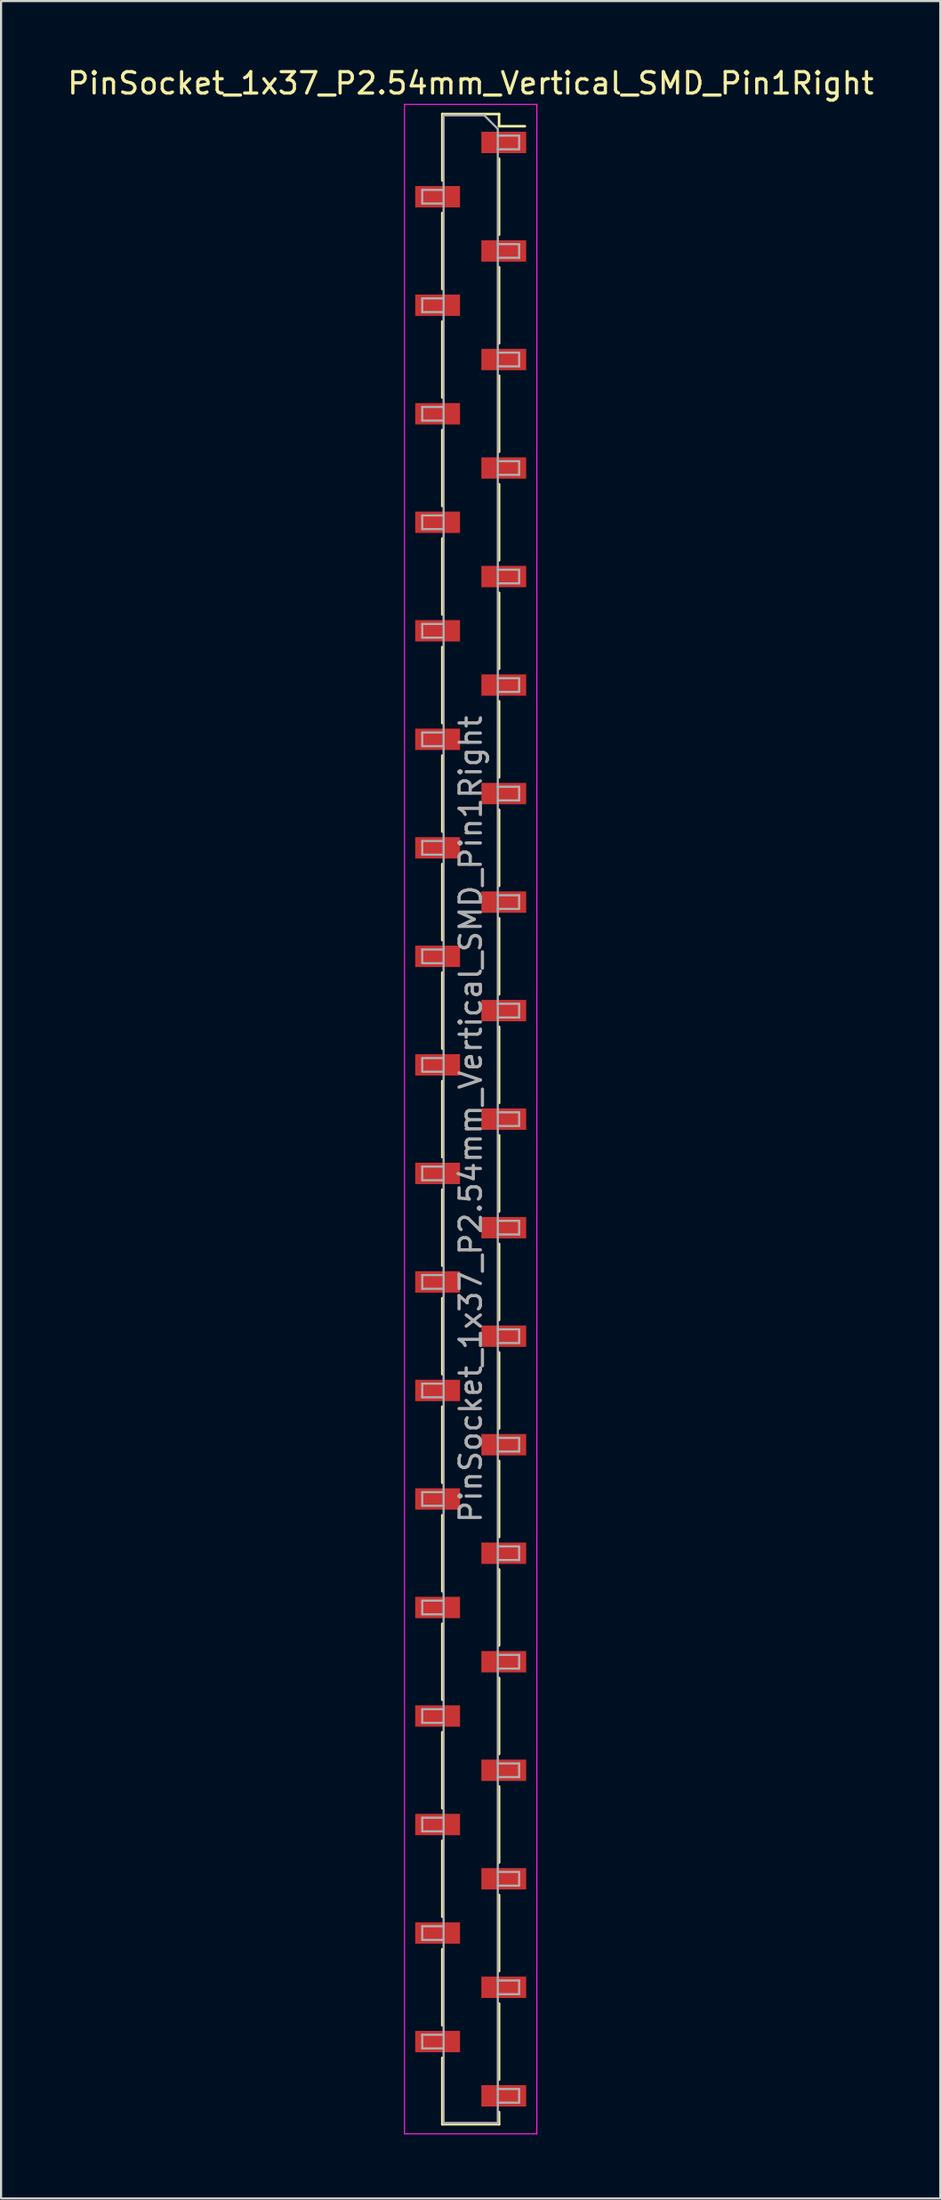
<source format=kicad_pcb>
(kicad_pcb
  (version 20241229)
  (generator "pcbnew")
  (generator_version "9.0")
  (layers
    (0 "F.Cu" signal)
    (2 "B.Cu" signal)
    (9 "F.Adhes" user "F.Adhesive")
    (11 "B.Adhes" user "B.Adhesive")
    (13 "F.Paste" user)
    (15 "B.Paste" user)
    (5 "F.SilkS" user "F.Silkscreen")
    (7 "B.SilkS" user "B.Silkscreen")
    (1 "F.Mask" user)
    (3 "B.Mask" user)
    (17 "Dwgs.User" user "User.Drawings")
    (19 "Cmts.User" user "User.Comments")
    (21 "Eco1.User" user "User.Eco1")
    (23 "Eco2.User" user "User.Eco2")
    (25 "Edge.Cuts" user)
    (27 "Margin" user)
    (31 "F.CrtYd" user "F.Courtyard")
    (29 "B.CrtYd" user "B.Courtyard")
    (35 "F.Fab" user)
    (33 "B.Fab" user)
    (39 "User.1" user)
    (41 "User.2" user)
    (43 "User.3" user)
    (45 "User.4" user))
  (footprint "PinSocket_1x37_P2.54mm_Vertical_SMD_Pin1Right"
    (layer "F.Cu")
    (at 19.006 49.338)
    (property "Reference" "PinSocket_1x37_P2.54mm_Vertical_SMD_Pin1Right" (at 0 -48.49 0) (layer "F.SilkS") (effects (font (size 1 1) (thickness 0.15))))
    (attr smd)
    (fp_line (start -1.33 -47.05) (end -1.33 -43.94) (stroke (width 0.12) (type solid)) (layer "F.SilkS"))
    (fp_line (start -1.33 -47.05) (end 1.33 -47.05) (stroke (width 0.12) (type solid)) (layer "F.SilkS"))
    (fp_line (start -1.33 -42.42) (end -1.33 -38.86) (stroke (width 0.12) (type solid)) (layer "F.SilkS"))
    (fp_line (start -1.33 -37.34) (end -1.33 -33.78) (stroke (width 0.12) (type solid)) (layer "F.SilkS"))
    (fp_line (start -1.33 -32.26) (end -1.33 -28.7) (stroke (width 0.12) (type solid)) (layer "F.SilkS"))
    (fp_line (start -1.33 -27.18) (end -1.33 -23.62) (stroke (width 0.12) (type solid)) (layer "F.SilkS"))
    (fp_line (start -1.33 -22.1) (end -1.33 -18.54) (stroke (width 0.12) (type solid)) (layer "F.SilkS"))
    (fp_line (start -1.33 -17.02) (end -1.33 -13.46) (stroke (width 0.12) (type solid)) (layer "F.SilkS"))
    (fp_line (start -1.33 -11.94) (end -1.33 -8.38) (stroke (width 0.12) (type solid)) (layer "F.SilkS"))
    (fp_line (start -1.33 -6.86) (end -1.33 -3.3) (stroke (width 0.12) (type solid)) (layer "F.SilkS"))
    (fp_line (start -1.33 -1.78) (end -1.33 1.78) (stroke (width 0.12) (type solid)) (layer "F.SilkS"))
    (fp_line (start -1.33 3.3) (end -1.33 6.86) (stroke (width 0.12) (type solid)) (layer "F.SilkS"))
    (fp_line (start -1.33 8.38) (end -1.33 11.94) (stroke (width 0.12) (type solid)) (layer "F.SilkS"))
    (fp_line (start -1.33 13.46) (end -1.33 17.02) (stroke (width 0.12) (type solid)) (layer "F.SilkS"))
    (fp_line (start -1.33 18.54) (end -1.33 22.1) (stroke (width 0.12) (type solid)) (layer "F.SilkS"))
    (fp_line (start -1.33 23.62) (end -1.33 27.18) (stroke (width 0.12) (type solid)) (layer "F.SilkS"))
    (fp_line (start -1.33 28.7) (end -1.33 32.26) (stroke (width 0.12) (type solid)) (layer "F.SilkS"))
    (fp_line (start -1.33 33.78) (end -1.33 37.34) (stroke (width 0.12) (type solid)) (layer "F.SilkS"))
    (fp_line (start -1.33 38.86) (end -1.33 42.42) (stroke (width 0.12) (type solid)) (layer "F.SilkS"))
    (fp_line (start -1.33 43.94) (end -1.33 47.05) (stroke (width 0.12) (type solid)) (layer "F.SilkS"))
    (fp_line (start -1.33 47.05) (end 1.33 47.05) (stroke (width 0.12) (type solid)) (layer "F.SilkS"))
    (fp_line (start 1.33 -47.05) (end 1.33 -46.48) (stroke (width 0.12) (type solid)) (layer "F.SilkS"))
    (fp_line (start 1.33 -46.48) (end 2.54 -46.48) (stroke (width 0.12) (type solid)) (layer "F.SilkS"))
    (fp_line (start 1.33 -44.96) (end 1.33 -41.4) (stroke (width 0.12) (type solid)) (layer "F.SilkS"))
    (fp_line (start 1.33 -39.88) (end 1.33 -36.32) (stroke (width 0.12) (type solid)) (layer "F.SilkS"))
    (fp_line (start 1.33 -34.8) (end 1.33 -31.24) (stroke (width 0.12) (type solid)) (layer "F.SilkS"))
    (fp_line (start 1.33 -29.72) (end 1.33 -26.16) (stroke (width 0.12) (type solid)) (layer "F.SilkS"))
    (fp_line (start 1.33 -24.64) (end 1.33 -21.08) (stroke (width 0.12) (type solid)) (layer "F.SilkS"))
    (fp_line (start 1.33 -19.56) (end 1.33 -16) (stroke (width 0.12) (type solid)) (layer "F.SilkS"))
    (fp_line (start 1.33 -14.48) (end 1.33 -10.92) (stroke (width 0.12) (type solid)) (layer "F.SilkS"))
    (fp_line (start 1.33 -9.4) (end 1.33 -5.84) (stroke (width 0.12) (type solid)) (layer "F.SilkS"))
    (fp_line (start 1.33 -4.32) (end 1.33 -0.76) (stroke (width 0.12) (type solid)) (layer "F.SilkS"))
    (fp_line (start 1.33 0.76) (end 1.33 4.32) (stroke (width 0.12) (type solid)) (layer "F.SilkS"))
    (fp_line (start 1.33 5.84) (end 1.33 9.4) (stroke (width 0.12) (type solid)) (layer "F.SilkS"))
    (fp_line (start 1.33 10.92) (end 1.33 14.48) (stroke (width 0.12) (type solid)) (layer "F.SilkS"))
    (fp_line (start 1.33 16) (end 1.33 19.56) (stroke (width 0.12) (type solid)) (layer "F.SilkS"))
    (fp_line (start 1.33 21.08) (end 1.33 24.64) (stroke (width 0.12) (type solid)) (layer "F.SilkS"))
    (fp_line (start 1.33 26.16) (end 1.33 29.72) (stroke (width 0.12) (type solid)) (layer "F.SilkS"))
    (fp_line (start 1.33 31.24) (end 1.33 34.8) (stroke (width 0.12) (type solid)) (layer "F.SilkS"))
    (fp_line (start 1.33 36.32) (end 1.33 39.88) (stroke (width 0.12) (type solid)) (layer "F.SilkS"))
    (fp_line (start 1.33 41.4) (end 1.33 44.96) (stroke (width 0.12) (type solid)) (layer "F.SilkS"))
    (fp_line (start 1.33 46.48) (end 1.33 47.05) (stroke (width 0.12) (type solid)) (layer "F.SilkS"))
    (fp_line (start -3.1 -47.5) (end 3.1 -47.5) (stroke (width 0.05) (type solid)) (layer "F.CrtYd"))
    (fp_line (start -3.1 47.5) (end -3.1 -47.5) (stroke (width 0.05) (type solid)) (layer "F.CrtYd"))
    (fp_line (start 3.1 -47.5) (end 3.1 47.5) (stroke (width 0.05) (type solid)) (layer "F.CrtYd"))
    (fp_line (start 3.1 47.5) (end -3.1 47.5) (stroke (width 0.05) (type solid)) (layer "F.CrtYd"))
    (fp_line (start -2.27 -43.5) (end -1.27 -43.5) (stroke (width 0.1) (type solid)) (layer "F.Fab"))
    (fp_line (start -2.27 -42.86) (end -2.27 -43.5) (stroke (width 0.1) (type solid)) (layer "F.Fab"))
    (fp_line (start -2.27 -38.42) (end -1.27 -38.42) (stroke (width 0.1) (type solid)) (layer "F.Fab"))
    (fp_line (start -2.27 -37.78) (end -2.27 -38.42) (stroke (width 0.1) (type solid)) (layer "F.Fab"))
    (fp_line (start -2.27 -33.34) (end -1.27 -33.34) (stroke (width 0.1) (type solid)) (layer "F.Fab"))
    (fp_line (start -2.27 -32.7) (end -2.27 -33.34) (stroke (width 0.1) (type solid)) (layer "F.Fab"))
    (fp_line (start -2.27 -28.26) (end -1.27 -28.26) (stroke (width 0.1) (type solid)) (layer "F.Fab"))
    (fp_line (start -2.27 -27.62) (end -2.27 -28.26) (stroke (width 0.1) (type solid)) (layer "F.Fab"))
    (fp_line (start -2.27 -23.18) (end -1.27 -23.18) (stroke (width 0.1) (type solid)) (layer "F.Fab"))
    (fp_line (start -2.27 -22.54) (end -2.27 -23.18) (stroke (width 0.1) (type solid)) (layer "F.Fab"))
    (fp_line (start -2.27 -18.1) (end -1.27 -18.1) (stroke (width 0.1) (type solid)) (layer "F.Fab"))
    (fp_line (start -2.27 -17.46) (end -2.27 -18.1) (stroke (width 0.1) (type solid)) (layer "F.Fab"))
    (fp_line (start -2.27 -13.02) (end -1.27 -13.02) (stroke (width 0.1) (type solid)) (layer "F.Fab"))
    (fp_line (start -2.27 -12.38) (end -2.27 -13.02) (stroke (width 0.1) (type solid)) (layer "F.Fab"))
    (fp_line (start -2.27 -7.94) (end -1.27 -7.94) (stroke (width 0.1) (type solid)) (layer "F.Fab"))
    (fp_line (start -2.27 -7.3) (end -2.27 -7.94) (stroke (width 0.1) (type solid)) (layer "F.Fab"))
    (fp_line (start -2.27 -2.86) (end -1.27 -2.86) (stroke (width 0.1) (type solid)) (layer "F.Fab"))
    (fp_line (start -2.27 -2.22) (end -2.27 -2.86) (stroke (width 0.1) (type solid)) (layer "F.Fab"))
    (fp_line (start -2.27 2.22) (end -1.27 2.22) (stroke (width 0.1) (type solid)) (layer "F.Fab"))
    (fp_line (start -2.27 2.86) (end -2.27 2.22) (stroke (width 0.1) (type solid)) (layer "F.Fab"))
    (fp_line (start -2.27 7.3) (end -1.27 7.3) (stroke (width 0.1) (type solid)) (layer "F.Fab"))
    (fp_line (start -2.27 7.94) (end -2.27 7.3) (stroke (width 0.1) (type solid)) (layer "F.Fab"))
    (fp_line (start -2.27 12.38) (end -1.27 12.38) (stroke (width 0.1) (type solid)) (layer "F.Fab"))
    (fp_line (start -2.27 13.02) (end -2.27 12.38) (stroke (width 0.1) (type solid)) (layer "F.Fab"))
    (fp_line (start -2.27 17.46) (end -1.27 17.46) (stroke (width 0.1) (type solid)) (layer "F.Fab"))
    (fp_line (start -2.27 18.1) (end -2.27 17.46) (stroke (width 0.1) (type solid)) (layer "F.Fab"))
    (fp_line (start -2.27 22.54) (end -1.27 22.54) (stroke (width 0.1) (type solid)) (layer "F.Fab"))
    (fp_line (start -2.27 23.18) (end -2.27 22.54) (stroke (width 0.1) (type solid)) (layer "F.Fab"))
    (fp_line (start -2.27 27.62) (end -1.27 27.62) (stroke (width 0.1) (type solid)) (layer "F.Fab"))
    (fp_line (start -2.27 28.26) (end -2.27 27.62) (stroke (width 0.1) (type solid)) (layer "F.Fab"))
    (fp_line (start -2.27 32.7) (end -1.27 32.7) (stroke (width 0.1) (type solid)) (layer "F.Fab"))
    (fp_line (start -2.27 33.34) (end -2.27 32.7) (stroke (width 0.1) (type solid)) (layer "F.Fab"))
    (fp_line (start -2.27 37.78) (end -1.27 37.78) (stroke (width 0.1) (type solid)) (layer "F.Fab"))
    (fp_line (start -2.27 38.42) (end -2.27 37.78) (stroke (width 0.1) (type solid)) (layer "F.Fab"))
    (fp_line (start -2.27 42.86) (end -1.27 42.86) (stroke (width 0.1) (type solid)) (layer "F.Fab"))
    (fp_line (start -2.27 43.5) (end -2.27 42.86) (stroke (width 0.1) (type solid)) (layer "F.Fab"))
    (fp_line (start -1.27 -46.99) (end 0.635 -46.99) (stroke (width 0.1) (type solid)) (layer "F.Fab"))
    (fp_line (start -1.27 -42.86) (end -2.27 -42.86) (stroke (width 0.1) (type solid)) (layer "F.Fab"))
    (fp_line (start -1.27 -37.78) (end -2.27 -37.78) (stroke (width 0.1) (type solid)) (layer "F.Fab"))
    (fp_line (start -1.27 -32.7) (end -2.27 -32.7) (stroke (width 0.1) (type solid)) (layer "F.Fab"))
    (fp_line (start -1.27 -27.62) (end -2.27 -27.62) (stroke (width 0.1) (type solid)) (layer "F.Fab"))
    (fp_line (start -1.27 -22.54) (end -2.27 -22.54) (stroke (width 0.1) (type solid)) (layer "F.Fab"))
    (fp_line (start -1.27 -17.46) (end -2.27 -17.46) (stroke (width 0.1) (type solid)) (layer "F.Fab"))
    (fp_line (start -1.27 -12.38) (end -2.27 -12.38) (stroke (width 0.1) (type solid)) (layer "F.Fab"))
    (fp_line (start -1.27 -7.3) (end -2.27 -7.3) (stroke (width 0.1) (type solid)) (layer "F.Fab"))
    (fp_line (start -1.27 -2.22) (end -2.27 -2.22) (stroke (width 0.1) (type solid)) (layer "F.Fab"))
    (fp_line (start -1.27 2.86) (end -2.27 2.86) (stroke (width 0.1) (type solid)) (layer "F.Fab"))
    (fp_line (start -1.27 7.94) (end -2.27 7.94) (stroke (width 0.1) (type solid)) (layer "F.Fab"))
    (fp_line (start -1.27 13.02) (end -2.27 13.02) (stroke (width 0.1) (type solid)) (layer "F.Fab"))
    (fp_line (start -1.27 18.1) (end -2.27 18.1) (stroke (width 0.1) (type solid)) (layer "F.Fab"))
    (fp_line (start -1.27 23.18) (end -2.27 23.18) (stroke (width 0.1) (type solid)) (layer "F.Fab"))
    (fp_line (start -1.27 28.26) (end -2.27 28.26) (stroke (width 0.1) (type solid)) (layer "F.Fab"))
    (fp_line (start -1.27 33.34) (end -2.27 33.34) (stroke (width 0.1) (type solid)) (layer "F.Fab"))
    (fp_line (start -1.27 38.42) (end -2.27 38.42) (stroke (width 0.1) (type solid)) (layer "F.Fab"))
    (fp_line (start -1.27 43.5) (end -2.27 43.5) (stroke (width 0.1) (type solid)) (layer "F.Fab"))
    (fp_line (start -1.27 46.99) (end -1.27 -46.99) (stroke (width 0.1) (type solid)) (layer "F.Fab"))
    (fp_line (start 0.635 -46.99) (end 1.27 -46.355) (stroke (width 0.1) (type solid)) (layer "F.Fab"))
    (fp_line (start 1.27 -46.355) (end 1.27 46.99) (stroke (width 0.1) (type solid)) (layer "F.Fab"))
    (fp_line (start 1.27 -46.04) (end 2.27 -46.04) (stroke (width 0.1) (type solid)) (layer "F.Fab"))
    (fp_line (start 1.27 -40.96) (end 2.27 -40.96) (stroke (width 0.1) (type solid)) (layer "F.Fab"))
    (fp_line (start 1.27 -35.88) (end 2.27 -35.88) (stroke (width 0.1) (type solid)) (layer "F.Fab"))
    (fp_line (start 1.27 -30.8) (end 2.27 -30.8) (stroke (width 0.1) (type solid)) (layer "F.Fab"))
    (fp_line (start 1.27 -25.72) (end 2.27 -25.72) (stroke (width 0.1) (type solid)) (layer "F.Fab"))
    (fp_line (start 1.27 -20.64) (end 2.27 -20.64) (stroke (width 0.1) (type solid)) (layer "F.Fab"))
    (fp_line (start 1.27 -15.56) (end 2.27 -15.56) (stroke (width 0.1) (type solid)) (layer "F.Fab"))
    (fp_line (start 1.27 -10.48) (end 2.27 -10.48) (stroke (width 0.1) (type solid)) (layer "F.Fab"))
    (fp_line (start 1.27 -5.4) (end 2.27 -5.4) (stroke (width 0.1) (type solid)) (layer "F.Fab"))
    (fp_line (start 1.27 -0.32) (end 2.27 -0.32) (stroke (width 0.1) (type solid)) (layer "F.Fab"))
    (fp_line (start 1.27 4.76) (end 2.27 4.76) (stroke (width 0.1) (type solid)) (layer "F.Fab"))
    (fp_line (start 1.27 9.84) (end 2.27 9.84) (stroke (width 0.1) (type solid)) (layer "F.Fab"))
    (fp_line (start 1.27 14.92) (end 2.27 14.92) (stroke (width 0.1) (type solid)) (layer "F.Fab"))
    (fp_line (start 1.27 20) (end 2.27 20) (stroke (width 0.1) (type solid)) (layer "F.Fab"))
    (fp_line (start 1.27 25.08) (end 2.27 25.08) (stroke (width 0.1) (type solid)) (layer "F.Fab"))
    (fp_line (start 1.27 30.16) (end 2.27 30.16) (stroke (width 0.1) (type solid)) (layer "F.Fab"))
    (fp_line (start 1.27 35.24) (end 2.27 35.24) (stroke (width 0.1) (type solid)) (layer "F.Fab"))
    (fp_line (start 1.27 40.32) (end 2.27 40.32) (stroke (width 0.1) (type solid)) (layer "F.Fab"))
    (fp_line (start 1.27 45.4) (end 2.27 45.4) (stroke (width 0.1) (type solid)) (layer "F.Fab"))
    (fp_line (start 1.27 46.99) (end -1.27 46.99) (stroke (width 0.1) (type solid)) (layer "F.Fab"))
    (fp_line (start 2.27 -46.04) (end 2.27 -45.4) (stroke (width 0.1) (type solid)) (layer "F.Fab"))
    (fp_line (start 2.27 -45.4) (end 1.27 -45.4) (stroke (width 0.1) (type solid)) (layer "F.Fab"))
    (fp_line (start 2.27 -40.96) (end 2.27 -40.32) (stroke (width 0.1) (type solid)) (layer "F.Fab"))
    (fp_line (start 2.27 -40.32) (end 1.27 -40.32) (stroke (width 0.1) (type solid)) (layer "F.Fab"))
    (fp_line (start 2.27 -35.88) (end 2.27 -35.24) (stroke (width 0.1) (type solid)) (layer "F.Fab"))
    (fp_line (start 2.27 -35.24) (end 1.27 -35.24) (stroke (width 0.1) (type solid)) (layer "F.Fab"))
    (fp_line (start 2.27 -30.8) (end 2.27 -30.16) (stroke (width 0.1) (type solid)) (layer "F.Fab"))
    (fp_line (start 2.27 -30.16) (end 1.27 -30.16) (stroke (width 0.1) (type solid)) (layer "F.Fab"))
    (fp_line (start 2.27 -25.72) (end 2.27 -25.08) (stroke (width 0.1) (type solid)) (layer "F.Fab"))
    (fp_line (start 2.27 -25.08) (end 1.27 -25.08) (stroke (width 0.1) (type solid)) (layer "F.Fab"))
    (fp_line (start 2.27 -20.64) (end 2.27 -20) (stroke (width 0.1) (type solid)) (layer "F.Fab"))
    (fp_line (start 2.27 -20) (end 1.27 -20) (stroke (width 0.1) (type solid)) (layer "F.Fab"))
    (fp_line (start 2.27 -15.56) (end 2.27 -14.92) (stroke (width 0.1) (type solid)) (layer "F.Fab"))
    (fp_line (start 2.27 -14.92) (end 1.27 -14.92) (stroke (width 0.1) (type solid)) (layer "F.Fab"))
    (fp_line (start 2.27 -10.48) (end 2.27 -9.84) (stroke (width 0.1) (type solid)) (layer "F.Fab"))
    (fp_line (start 2.27 -9.84) (end 1.27 -9.84) (stroke (width 0.1) (type solid)) (layer "F.Fab"))
    (fp_line (start 2.27 -5.4) (end 2.27 -4.76) (stroke (width 0.1) (type solid)) (layer "F.Fab"))
    (fp_line (start 2.27 -4.76) (end 1.27 -4.76) (stroke (width 0.1) (type solid)) (layer "F.Fab"))
    (fp_line (start 2.27 -0.32) (end 2.27 0.32) (stroke (width 0.1) (type solid)) (layer "F.Fab"))
    (fp_line (start 2.27 0.32) (end 1.27 0.32) (stroke (width 0.1) (type solid)) (layer "F.Fab"))
    (fp_line (start 2.27 4.76) (end 2.27 5.4) (stroke (width 0.1) (type solid)) (layer "F.Fab"))
    (fp_line (start 2.27 5.4) (end 1.27 5.4) (stroke (width 0.1) (type solid)) (layer "F.Fab"))
    (fp_line (start 2.27 9.84) (end 2.27 10.48) (stroke (width 0.1) (type solid)) (layer "F.Fab"))
    (fp_line (start 2.27 10.48) (end 1.27 10.48) (stroke (width 0.1) (type solid)) (layer "F.Fab"))
    (fp_line (start 2.27 14.92) (end 2.27 15.56) (stroke (width 0.1) (type solid)) (layer "F.Fab"))
    (fp_line (start 2.27 15.56) (end 1.27 15.56) (stroke (width 0.1) (type solid)) (layer "F.Fab"))
    (fp_line (start 2.27 20) (end 2.27 20.64) (stroke (width 0.1) (type solid)) (layer "F.Fab"))
    (fp_line (start 2.27 20.64) (end 1.27 20.64) (stroke (width 0.1) (type solid)) (layer "F.Fab"))
    (fp_line (start 2.27 25.08) (end 2.27 25.72) (stroke (width 0.1) (type solid)) (layer "F.Fab"))
    (fp_line (start 2.27 25.72) (end 1.27 25.72) (stroke (width 0.1) (type solid)) (layer "F.Fab"))
    (fp_line (start 2.27 30.16) (end 2.27 30.8) (stroke (width 0.1) (type solid)) (layer "F.Fab"))
    (fp_line (start 2.27 30.8) (end 1.27 30.8) (stroke (width 0.1) (type solid)) (layer "F.Fab"))
    (fp_line (start 2.27 35.24) (end 2.27 35.88) (stroke (width 0.1) (type solid)) (layer "F.Fab"))
    (fp_line (start 2.27 35.88) (end 1.27 35.88) (stroke (width 0.1) (type solid)) (layer "F.Fab"))
    (fp_line (start 2.27 40.32) (end 2.27 40.96) (stroke (width 0.1) (type solid)) (layer "F.Fab"))
    (fp_line (start 2.27 40.96) (end 1.27 40.96) (stroke (width 0.1) (type solid)) (layer "F.Fab"))
    (fp_line (start 2.27 45.4) (end 2.27 46.04) (stroke (width 0.1) (type solid)) (layer "F.Fab"))
    (fp_line (start 2.27 46.04) (end 1.27 46.04) (stroke (width 0.1) (type solid)) (layer "F.Fab"))
    (fp_text user "${REFERENCE}" (at 0 0 90) (layer "F.Fab") (effects (font (size 1 1) (thickness 0.15))))
    (pad "1" smd rect (at 1.55 -45.72) (size 2.1 1) (layers "F.Cu" "F.Mask" "F.Paste"))
    (pad "2" smd rect (at -1.55 -43.18) (size 2.1 1) (layers "F.Cu" "F.Mask" "F.Paste"))
    (pad "3" smd rect (at 1.55 -40.64) (size 2.1 1) (layers "F.Cu" "F.Mask" "F.Paste"))
    (pad "4" smd rect (at -1.55 -38.1) (size 2.1 1) (layers "F.Cu" "F.Mask" "F.Paste"))
    (pad "5" smd rect (at 1.55 -35.56) (size 2.1 1) (layers "F.Cu" "F.Mask" "F.Paste"))
    (pad "6" smd rect (at -1.55 -33.02) (size 2.1 1) (layers "F.Cu" "F.Mask" "F.Paste"))
    (pad "7" smd rect (at 1.55 -30.48) (size 2.1 1) (layers "F.Cu" "F.Mask" "F.Paste"))
    (pad "8" smd rect (at -1.55 -27.94) (size 2.1 1) (layers "F.Cu" "F.Mask" "F.Paste"))
    (pad "9" smd rect (at 1.55 -25.4) (size 2.1 1) (layers "F.Cu" "F.Mask" "F.Paste"))
    (pad "10" smd rect (at -1.55 -22.86) (size 2.1 1) (layers "F.Cu" "F.Mask" "F.Paste"))
    (pad "11" smd rect (at 1.55 -20.32) (size 2.1 1) (layers "F.Cu" "F.Mask" "F.Paste"))
    (pad "12" smd rect (at -1.55 -17.78) (size 2.1 1) (layers "F.Cu" "F.Mask" "F.Paste"))
    (pad "13" smd rect (at 1.55 -15.24) (size 2.1 1) (layers "F.Cu" "F.Mask" "F.Paste"))
    (pad "14" smd rect (at -1.55 -12.7) (size 2.1 1) (layers "F.Cu" "F.Mask" "F.Paste"))
    (pad "15" smd rect (at 1.55 -10.16) (size 2.1 1) (layers "F.Cu" "F.Mask" "F.Paste"))
    (pad "16" smd rect (at -1.55 -7.62) (size 2.1 1) (layers "F.Cu" "F.Mask" "F.Paste"))
    (pad "17" smd rect (at 1.55 -5.08) (size 2.1 1) (layers "F.Cu" "F.Mask" "F.Paste"))
    (pad "18" smd rect (at -1.55 -2.54) (size 2.1 1) (layers "F.Cu" "F.Mask" "F.Paste"))
    (pad "19" smd rect (at 1.55 0) (size 2.1 1) (layers "F.Cu" "F.Mask" "F.Paste"))
    (pad "20" smd rect (at -1.55 2.54) (size 2.1 1) (layers "F.Cu" "F.Mask" "F.Paste"))
    (pad "21" smd rect (at 1.55 5.08) (size 2.1 1) (layers "F.Cu" "F.Mask" "F.Paste"))
    (pad "22" smd rect (at -1.55 7.62) (size 2.1 1) (layers "F.Cu" "F.Mask" "F.Paste"))
    (pad "23" smd rect (at 1.55 10.16) (size 2.1 1) (layers "F.Cu" "F.Mask" "F.Paste"))
    (pad "24" smd rect (at -1.55 12.7) (size 2.1 1) (layers "F.Cu" "F.Mask" "F.Paste"))
    (pad "25" smd rect (at 1.55 15.24) (size 2.1 1) (layers "F.Cu" "F.Mask" "F.Paste"))
    (pad "26" smd rect (at -1.55 17.78) (size 2.1 1) (layers "F.Cu" "F.Mask" "F.Paste"))
    (pad "27" smd rect (at 1.55 20.32) (size 2.1 1) (layers "F.Cu" "F.Mask" "F.Paste"))
    (pad "28" smd rect (at -1.55 22.86) (size 2.1 1) (layers "F.Cu" "F.Mask" "F.Paste"))
    (pad "29" smd rect (at 1.55 25.4) (size 2.1 1) (layers "F.Cu" "F.Mask" "F.Paste"))
    (pad "30" smd rect (at -1.55 27.94) (size 2.1 1) (layers "F.Cu" "F.Mask" "F.Paste"))
    (pad "31" smd rect (at 1.55 30.48) (size 2.1 1) (layers "F.Cu" "F.Mask" "F.Paste"))
    (pad "32" smd rect (at -1.55 33.02) (size 2.1 1) (layers "F.Cu" "F.Mask" "F.Paste"))
    (pad "33" smd rect (at 1.55 35.56) (size 2.1 1) (layers "F.Cu" "F.Mask" "F.Paste"))
    (pad "34" smd rect (at -1.55 38.1) (size 2.1 1) (layers "F.Cu" "F.Mask" "F.Paste"))
    (pad "35" smd rect (at 1.55 40.64) (size 2.1 1) (layers "F.Cu" "F.Mask" "F.Paste"))
    (pad "36" smd rect (at -1.55 43.18) (size 2.1 1) (layers "F.Cu" "F.Mask" "F.Paste"))
    (pad "37" smd rect (at 1.55 45.72) (size 2.1 1) (layers "F.Cu" "F.Mask" "F.Paste")))
  (gr_rect
    (start -3 -3)
    (end 41.012 99.863)
    (stroke (width 0.1) (type default))
    (fill no)
    (layer "Edge.Cuts")))
</source>
